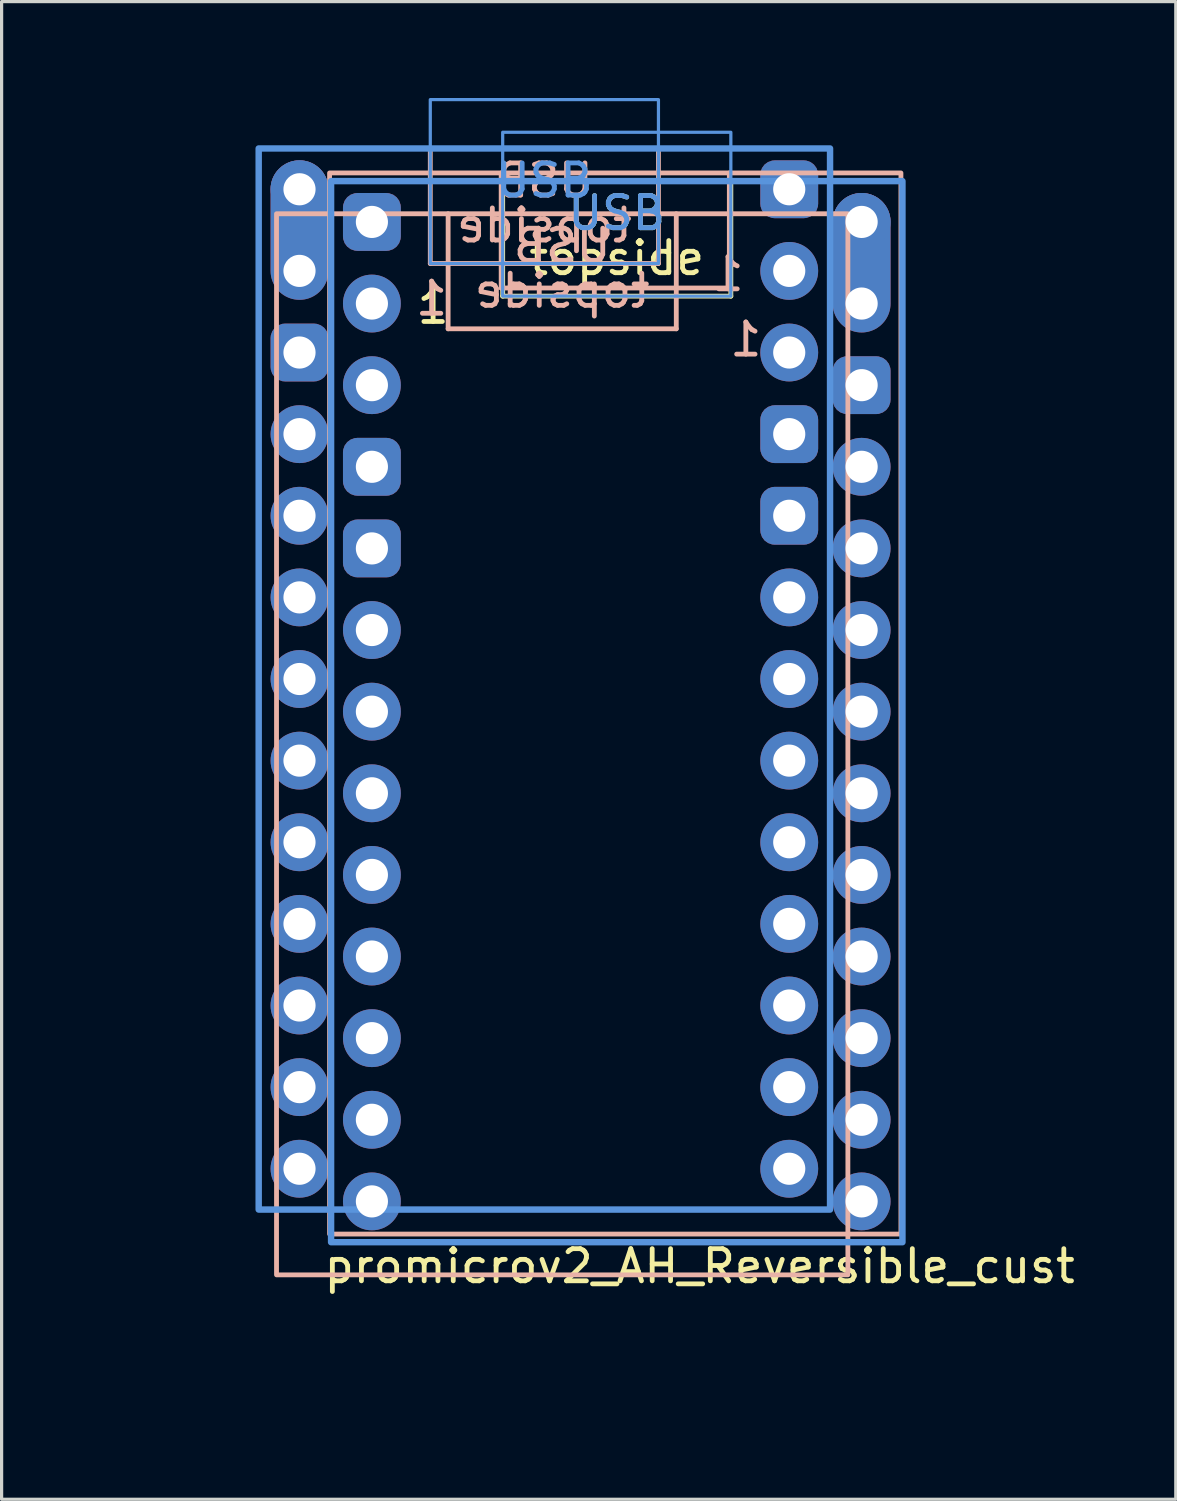
<source format=kicad_pcb>
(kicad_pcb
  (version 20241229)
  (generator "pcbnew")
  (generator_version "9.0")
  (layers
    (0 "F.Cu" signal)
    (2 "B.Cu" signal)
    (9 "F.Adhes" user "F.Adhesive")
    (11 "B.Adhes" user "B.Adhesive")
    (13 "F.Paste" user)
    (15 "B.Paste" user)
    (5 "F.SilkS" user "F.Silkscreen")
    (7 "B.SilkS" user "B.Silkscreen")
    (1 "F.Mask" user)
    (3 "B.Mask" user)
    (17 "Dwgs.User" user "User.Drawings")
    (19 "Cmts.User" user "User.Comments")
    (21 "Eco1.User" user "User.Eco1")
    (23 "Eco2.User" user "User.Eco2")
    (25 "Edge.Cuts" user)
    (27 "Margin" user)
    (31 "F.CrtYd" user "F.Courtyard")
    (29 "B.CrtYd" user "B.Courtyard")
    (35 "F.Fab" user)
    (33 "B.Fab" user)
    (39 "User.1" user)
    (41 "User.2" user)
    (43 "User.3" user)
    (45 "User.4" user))
  (footprint "promicrov2_AH_Reversible_cust"
    (layer "F.Cu")
    (at 16.096 20.112)
    (property "Reference" "promicrov2_AH_Reversible_cust" (at -9.14 16.24 0) (layer "F.SilkS") (effects (font (size 1 1) (thickness 0.15)) (justify left)))
    (attr through_hole exclude_from_pos_files exclude_from_bom)
    (fp_line (start -3.503 -13.946) (end -3.503 -17.526) (stroke (width 0.15) (type default)) (layer "F.SilkS"))
    (fp_line (start 3.597 -13.946) (end -3.503 -13.946) (stroke (width 0.15) (type default)) (layer "F.SilkS"))
    (fp_line (start 3.597 -13.946) (end 3.597 -17.526) (stroke (width 0.15) (type default)) (layer "F.SilkS"))
    (fp_rect (start -8.843 -17.526) (end 8.937 15.494) (stroke (width 0.15) (type solid)) (fill no) (layer "F.SilkS"))
    (fp_line (start -5.756 -14.962) (end -5.756 -18.542) (stroke (width 0.15) (type default)) (layer "B.SilkS"))
    (fp_line (start -5.756 -14.962) (end 1.344 -14.962) (stroke (width 0.15) (type default)) (layer "B.SilkS"))
    (fp_line (start -5.201 -12.93) (end -5.201 -16.51) (stroke (width 0.15) (type default)) (layer "B.SilkS"))
    (fp_line (start -5.201 -12.93) (end 1.899 -12.93) (stroke (width 0.15) (type default)) (layer "B.SilkS"))
    (fp_line (start -3.55 -14.2) (end -3.55 -17.78) (stroke (width 0.15) (type default)) (layer "B.SilkS"))
    (fp_line (start -3.55 -14.2) (end 3.55 -14.2) (stroke (width 0.15) (type default)) (layer "B.SilkS"))
    (fp_line (start 1.344 -14.962) (end 1.344 -18.542) (stroke (width 0.15) (type default)) (layer "B.SilkS"))
    (fp_line (start 1.899 -12.93) (end 1.899 -16.51) (stroke (width 0.15) (type default)) (layer "B.SilkS"))
    (fp_line (start 3.55 -14.2) (end 3.55 -17.78) (stroke (width 0.15) (type default)) (layer "B.SilkS"))
    (fp_rect (start 6.684 -18.542) (end -11.096 14.478) (stroke (width 0.15) (type solid)) (fill no) (layer "B.SilkS"))
    (fp_rect (start 7.239 -16.51) (end -10.541 16.51) (stroke (width 0.15) (type solid)) (fill no) (layer "B.SilkS"))
    (fp_rect (start 8.89 -17.78) (end -8.89 15.24) (stroke (width 0.15) (type solid)) (fill no) (layer "B.SilkS"))
    (fp_rect (start -11.096 -18.542) (end 6.684 14.478) (stroke (width 0.2) (type solid)) (fill no) (layer "Cmts.User"))
    (fp_rect (start -3.503 -19.046) (end 3.597 -13.946) (stroke (width 0.1) (type default)) (fill no) (layer "Cmts.User"))
    (fp_rect (start 1.344 -20.062) (end -5.756 -14.962) (stroke (width 0.1) (type default)) (fill no) (layer "Cmts.User"))
    (fp_rect (start 8.937 -17.526) (end -8.843 15.494) (stroke (width 0.2) (type solid)) (fill no) (layer "Cmts.User"))
    (fp_text user "USB" (at 0.047 -15.946 0) (unlocked yes) (layer "F.SilkS") (effects (font (size 1 1) (thickness 0.15)) (justify bottom)))
    (fp_text user "1" (at -5.668 -13.028 0) (layer "F.SilkS") (effects (font (size 1 1) (thickness 0.15)) (justify bottom)))
    (fp_text user "topside" (at 0.047 -14.546 0) (unlocked yes) (layer "F.SilkS") (effects (font (size 1 1) (thickness 0.15)) (justify bottom)))
    (fp_text user "USB" (at -2.206 -16.962 0) (unlocked yes) (layer "B.SilkS") (effects (font (size 1 1) (thickness 0.15)) (justify bottom mirror)))
    (fp_text user "topside" (at -2.206 -15.562 0) (unlocked yes) (layer "B.SilkS") (effects (font (size 1 1) (thickness 0.15)) (justify bottom mirror)))
    (fp_text user "1" (at 3.509 -14.044 0) (layer "B.SilkS") (effects (font (size 1 1) (thickness 0.15)) (justify bottom mirror)))
    (fp_text user "USB" (at -1.651 -14.93 0) (unlocked yes) (layer "B.SilkS") (effects (font (size 1 1) (thickness 0.15)) (justify bottom mirror)))
    (fp_text user "topside" (at -1.651 -13.53 0) (unlocked yes) (layer "B.SilkS") (effects (font (size 1 1) (thickness 0.15)) (justify bottom mirror)))
    (fp_text user "1" (at 4.064 -12.012 0) (layer "B.SilkS") (effects (font (size 1 1) (thickness 0.15)) (justify bottom mirror)))
    (fp_text user "1" (at -5.715 -13.283 0) (layer "B.SilkS") (effects (font (size 1 1) (thickness 0.15)) (justify bottom mirror)))
    (fp_text user "USB" (at -2.206 -16.962 0) (layer "Cmts.User") (effects (font (size 1 1) (thickness 0.15)) (justify bottom)))
    (fp_text user "USB" (at 0.047 -15.946 0) (layer "Cmts.User") (effects (font (size 1 1) (thickness 0.15)) (justify bottom)))
    (pad "1" thru_hole circle (at -7.573 -13.716) (size 1.8 1.8) (drill 1) (layers "*.Cu" "*.Mask"))
    (pad "1" thru_hole circle (at 5.414 -14.732) (size 1.8 1.8) (drill 1) (layers "*.Cu" "*.Mask"))
    (pad "2" thru_hole circle (at -7.573 -11.176) (size 1.8 1.8) (drill 1) (layers "*.Cu" "*.Mask"))
    (pad "2" thru_hole circle (at 5.414 -12.192) (size 1.8 1.8) (drill 1) (layers "*.Cu" "*.Mask"))
    (pad "3" thru_hole roundrect (at -7.573 -8.636) (size 1.8 1.8) (drill 1) (layers "*.Cu" "*.Mask") (roundrect_rratio 0.25))
    (pad "3" thru_hole roundrect (at 5.414 -9.652) (size 1.8 1.8) (drill 1) (layers "*.Cu" "*.Mask") (roundrect_rratio 0.25))
    (pad "4" thru_hole roundrect (at -7.573 -6.096) (size 1.8 1.8) (drill 1) (layers "*.Cu" "*.Mask") (roundrect_rratio 0.25))
    (pad "4" thru_hole roundrect (at 5.414 -7.112) (size 1.8 1.8) (drill 1) (layers "*.Cu" "*.Mask") (roundrect_rratio 0.25))
    (pad "5" thru_hole circle (at -7.573 -3.556) (size 1.8 1.8) (drill 1) (layers "*.Cu" "*.Mask"))
    (pad "5" thru_hole circle (at 5.414 -4.572) (size 1.8 1.8) (drill 1) (layers "*.Cu" "*.Mask"))
    (pad "6" thru_hole circle (at -7.573 -1.016) (size 1.8 1.8) (drill 1) (layers "*.Cu" "*.Mask"))
    (pad "6" thru_hole circle (at 5.414 -2.032) (size 1.8 1.8) (drill 1) (layers "*.Cu" "*.Mask"))
    (pad "7" thru_hole circle (at -7.573 1.524) (size 1.8 1.8) (drill 1) (layers "*.Cu" "*.Mask"))
    (pad "7" thru_hole circle (at 5.414 0.508) (size 1.8 1.8) (drill 1) (layers "*.Cu" "*.Mask"))
    (pad "8" thru_hole circle (at -7.573 4.064) (size 1.8 1.8) (drill 1) (layers "*.Cu" "*.Mask"))
    (pad "8" thru_hole circle (at 5.414 3.048) (size 1.8 1.8) (drill 1) (layers "*.Cu" "*.Mask"))
    (pad "9" thru_hole circle (at -7.573 6.604) (size 1.8 1.8) (drill 1) (layers "*.Cu" "*.Mask"))
    (pad "9" thru_hole circle (at 5.414 5.588) (size 1.8 1.8) (drill 1) (layers "*.Cu" "*.Mask"))
    (pad "10" thru_hole circle (at -7.573 9.144) (size 1.8 1.8) (drill 1) (layers "*.Cu" "*.Mask"))
    (pad "10" thru_hole circle (at 5.414 8.128) (size 1.8 1.8) (drill 1) (layers "*.Cu" "*.Mask"))
    (pad "11" thru_hole circle (at -7.573 11.684) (size 1.8 1.8) (drill 1) (layers "*.Cu" "*.Mask"))
    (pad "11" thru_hole circle (at 5.414 10.668) (size 1.8 1.8) (drill 1) (layers "*.Cu" "*.Mask"))
    (pad "12" thru_hole circle (at -7.573 14.224) (size 1.8 1.8) (drill 1) (layers "*.Cu" "*.Mask"))
    (pad "12" thru_hole circle (at 5.414 13.208) (size 1.8 1.8) (drill 1) (layers "*.Cu" "*.Mask"))
    (pad "13" thru_hole oval (at -9.826 -14.732) (size 1.8 4.34) (drill 1 (offset 0 -1.27)) (layers "*.Cu" "*.Mask"))
    (pad "13" thru_hole oval (at 7.667 -13.716) (size 1.8 4.34) (drill 1 (offset 0 -1.27)) (layers "*.Cu" "*.Mask"))
    (pad "14" thru_hole roundrect (at -9.826 -12.192) (size 1.8 1.8) (drill 1) (layers "*.Cu" "*.Mask") (roundrect_rratio 0.25))
    (pad "14" thru_hole roundrect (at 7.667 -11.176) (size 1.8 1.8) (drill 1) (layers "*.Cu" "*.Mask") (roundrect_rratio 0.25))
    (pad "15" thru_hole circle (at -9.826 -9.652) (size 1.8 1.8) (drill 1) (layers "*.Cu" "*.Mask"))
    (pad "15" thru_hole circle (at 7.667 -8.636) (size 1.8 1.8) (drill 1) (layers "*.Cu" "*.Mask"))
    (pad "16" thru_hole circle (at -9.826 -7.112) (size 1.8 1.8) (drill 1) (layers "*.Cu" "*.Mask"))
    (pad "16" thru_hole circle (at 7.667 -6.096) (size 1.8 1.8) (drill 1) (layers "*.Cu" "*.Mask"))
    (pad "17" thru_hole circle (at -9.826 -4.572) (size 1.8 1.8) (drill 1) (layers "*.Cu" "*.Mask"))
    (pad "17" thru_hole circle (at 7.667 -3.556) (size 1.8 1.8) (drill 1) (layers "*.Cu" "*.Mask"))
    (pad "18" thru_hole circle (at -9.826 -2.032) (size 1.8 1.8) (drill 1) (layers "*.Cu" "*.Mask"))
    (pad "18" thru_hole circle (at 7.667 -1.016) (size 1.8 1.8) (drill 1) (layers "*.Cu" "*.Mask"))
    (pad "19" thru_hole circle (at -9.826 0.508) (size 1.8 1.8) (drill 1) (layers "*.Cu" "*.Mask"))
    (pad "19" thru_hole circle (at 7.667 1.524) (size 1.8 1.8) (drill 1) (layers "*.Cu" "*.Mask"))
    (pad "20" thru_hole circle (at -9.826 3.048) (size 1.8 1.8) (drill 1) (layers "*.Cu" "*.Mask"))
    (pad "20" thru_hole circle (at 7.667 4.064) (size 1.8 1.8) (drill 1) (layers "*.Cu" "*.Mask"))
    (pad "21" thru_hole circle (at -9.826 5.588) (size 1.8 1.8) (drill 1) (layers "*.Cu" "*.Mask"))
    (pad "21" thru_hole circle (at 7.667 6.604) (size 1.8 1.8) (drill 1) (layers "*.Cu" "*.Mask"))
    (pad "22" thru_hole circle (at -9.826 8.128) (size 1.8 1.8) (drill 1) (layers "*.Cu" "*.Mask"))
    (pad "22" thru_hole circle (at 7.667 9.144) (size 1.8 1.8) (drill 1) (layers "*.Cu" "*.Mask"))
    (pad "23" thru_hole circle (at -9.826 10.668) (size 1.8 1.8) (drill 1) (layers "*.Cu" "*.Mask"))
    (pad "23" thru_hole circle (at 7.667 11.684) (size 1.8 1.8) (drill 1) (layers "*.Cu" "*.Mask"))
    (pad "24" thru_hole circle (at -9.826 13.208) (size 1.8 1.8) (drill 1) (layers "*.Cu" "*.Mask"))
    (pad "24" thru_hole circle (at 7.667 14.224) (size 1.8 1.8) (drill 1) (layers "*.Cu" "*.Mask"))
    (pad "28" thru_hole roundrect (at -7.573 -16.256) (size 1.8 1.8) (drill 1) (layers "*.Cu" "*.Mask") (roundrect_rratio 0.25))
    (pad "28" thru_hole roundrect (at 5.414 -17.272) (size 1.8 1.8) (drill 1) (layers "*.Cu" "*.Mask") (roundrect_rratio 0.25))
    (pad "29" thru_hole circle (at -9.826 -17.272) (size 1.8 1.8) (drill 1) (layers "*.Cu" "*.Mask"))
    (pad "29" thru_hole circle (at 7.667 -16.256) (size 1.8 1.8) (drill 1) (layers "*.Cu" "*.Mask"))
    (zone (net_name "") (layers "F.Cu" "B.Cu") (name "ANT") (hatch edge 0.5) (connect_pads) (min_thickness 0.25) (filled_areas_thickness no) (keepout (tracks allowed) (vias allowed) (pads allowed) (copperpour not_allowed) (footprints allowed)) (placement (enabled no)) (fill) (polygon (pts (xy 2.253 30.526) (xy 30.033 30.526) (xy 30.033 40.606) (xy 2.253 40.606))))
    (zone (net_name "") (layers "F.Cu" "B.Cu") (name "ANT") (hatch edge 0.5) (connect_pads) (min_thickness 0.25) (filled_areas_thickness no) (keepout (tracks allowed) (vias allowed) (pads allowed) (copperpour not_allowed) (footprints allowed)) (placement (enabled no)) (fill) (polygon (pts (xy 27.78 29.51) (xy 0 29.51) (xy 0 39.59) (xy 27.78 39.59)))))
  (gr_rect
    (start -3 -3)
    (end 33.539 43.606)
    (stroke (width 0.1) (type default))
    (fill no)
    (layer "Edge.Cuts")))
</source>
